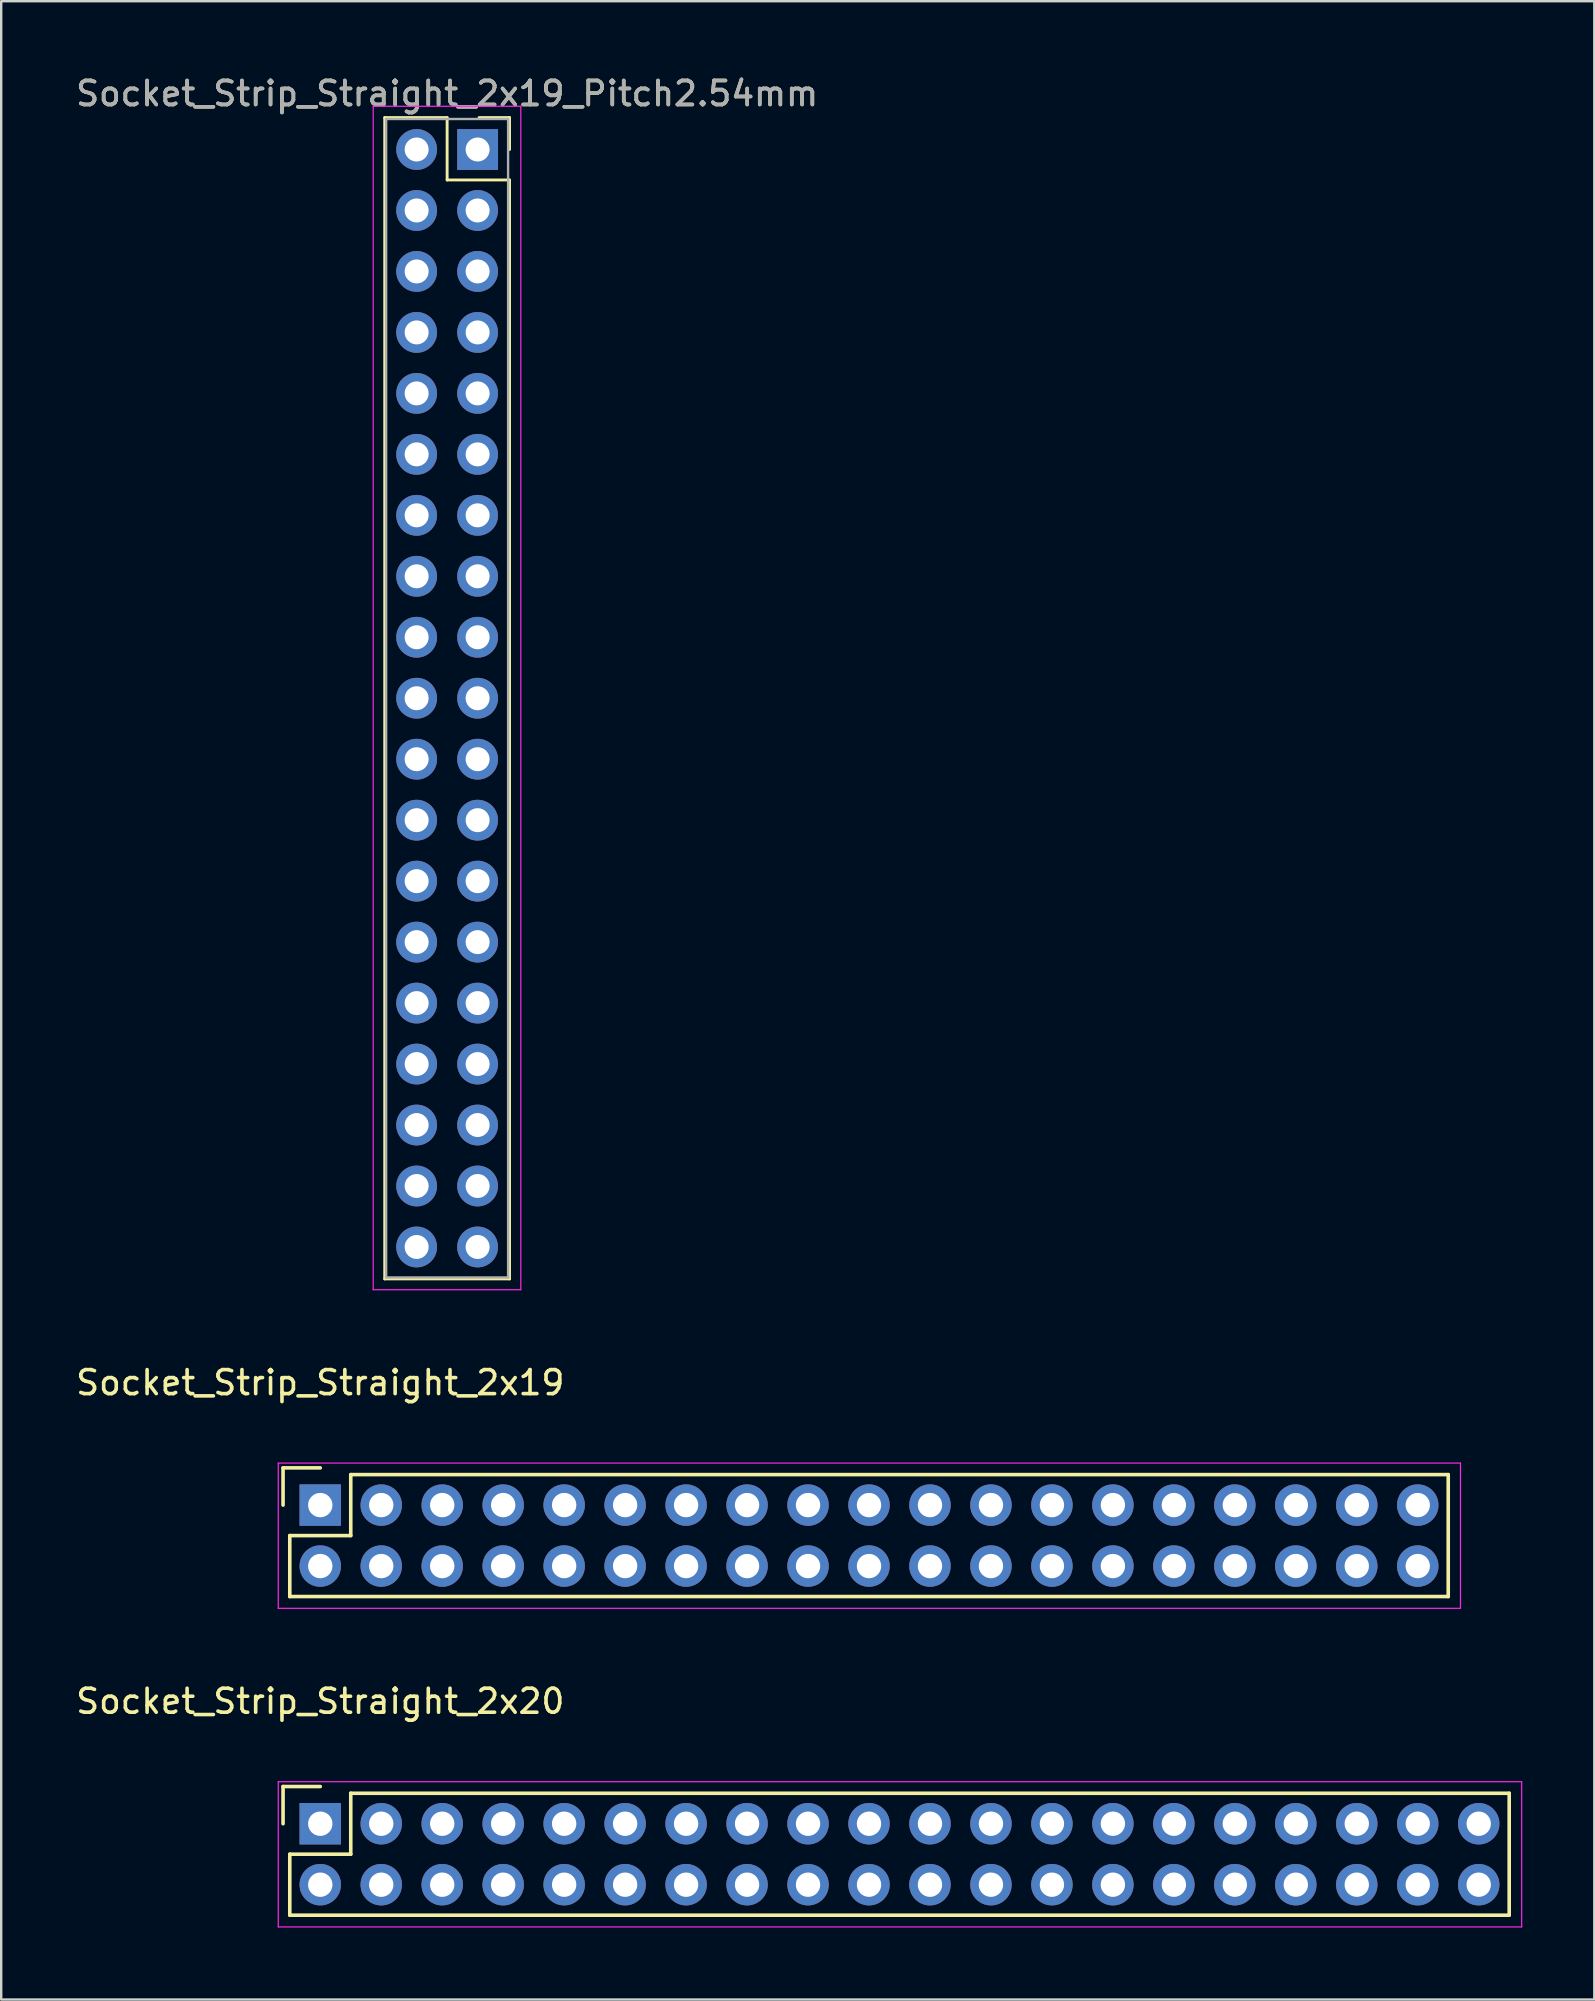
<source format=kicad_pcb>
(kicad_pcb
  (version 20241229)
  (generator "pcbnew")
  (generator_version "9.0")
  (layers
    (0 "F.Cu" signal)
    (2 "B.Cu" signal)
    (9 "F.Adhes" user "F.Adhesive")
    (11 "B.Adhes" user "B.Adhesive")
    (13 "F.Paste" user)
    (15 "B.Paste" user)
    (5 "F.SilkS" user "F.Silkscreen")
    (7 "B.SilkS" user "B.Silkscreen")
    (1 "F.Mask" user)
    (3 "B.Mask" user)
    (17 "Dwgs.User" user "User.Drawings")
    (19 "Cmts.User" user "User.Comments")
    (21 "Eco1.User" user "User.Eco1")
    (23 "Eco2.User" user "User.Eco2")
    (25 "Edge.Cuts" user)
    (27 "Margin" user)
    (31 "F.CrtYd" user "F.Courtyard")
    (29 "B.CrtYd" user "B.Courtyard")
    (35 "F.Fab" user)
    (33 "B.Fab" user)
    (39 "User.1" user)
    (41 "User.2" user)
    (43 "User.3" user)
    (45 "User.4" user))
  (footprint "Socket_Strip_Straight_2x19"
    (layer "F.Cu")
    (at 10.292 59.651)
    (property "Reference" "Socket_Strip_Straight_2x19" (at 0 -5.1 0) (layer "F.SilkS") (effects (font (size 1 1) (thickness 0.15))))
    (attr through_hole)
    (fp_line (start -1.55 -1.55) (end -1.55 0) (stroke (width 0.15) (type solid)) (layer "F.SilkS"))
    (fp_line (start -1.27 1.27) (end 1.27 1.27) (stroke (width 0.15) (type solid)) (layer "F.SilkS"))
    (fp_line (start -1.27 3.81) (end -1.27 1.27) (stroke (width 0.15) (type solid)) (layer "F.SilkS"))
    (fp_line (start -1.27 3.81) (end 46.99 3.81) (stroke (width 0.15) (type solid)) (layer "F.SilkS"))
    (fp_line (start 0 -1.55) (end -1.55 -1.55) (stroke (width 0.15) (type solid)) (layer "F.SilkS"))
    (fp_line (start 1.27 1.27) (end 1.27 -1.27) (stroke (width 0.15) (type solid)) (layer "F.SilkS"))
    (fp_line (start 46.99 -1.27) (end 1.27 -1.27) (stroke (width 0.15) (type solid)) (layer "F.SilkS"))
    (fp_line (start 46.99 3.81) (end 46.99 -1.27) (stroke (width 0.15) (type solid)) (layer "F.SilkS"))
    (fp_line (start -1.75 -1.75) (end -1.75 4.3) (stroke (width 0.05) (type solid)) (layer "F.CrtYd"))
    (fp_line (start -1.75 -1.75) (end 47.5 -1.75) (stroke (width 0.05) (type solid)) (layer "F.CrtYd"))
    (fp_line (start -1.75 4.3) (end 47.5 4.3) (stroke (width 0.05) (type solid)) (layer "F.CrtYd"))
    (fp_line (start 47.5 -1.75) (end 47.5 4.3) (stroke (width 0.05) (type solid)) (layer "F.CrtYd"))
    (pad "1" thru_hole rect (at 0 0) (size 1.727 1.727) (drill 1.016) (layers "*.Cu" "*.Mask"))
    (pad "2" thru_hole oval (at 0 2.54) (size 1.727 1.727) (drill 1.016) (layers "*.Cu" "*.Mask"))
    (pad "3" thru_hole oval (at 2.54 0) (size 1.727 1.727) (drill 1.016) (layers "*.Cu" "*.Mask"))
    (pad "4" thru_hole oval (at 2.54 2.54) (size 1.727 1.727) (drill 1.016) (layers "*.Cu" "*.Mask"))
    (pad "5" thru_hole oval (at 5.08 0) (size 1.727 1.727) (drill 1.016) (layers "*.Cu" "*.Mask"))
    (pad "6" thru_hole oval (at 5.08 2.54) (size 1.727 1.727) (drill 1.016) (layers "*.Cu" "*.Mask"))
    (pad "7" thru_hole oval (at 7.62 0) (size 1.727 1.727) (drill 1.016) (layers "*.Cu" "*.Mask"))
    (pad "8" thru_hole oval (at 7.62 2.54) (size 1.727 1.727) (drill 1.016) (layers "*.Cu" "*.Mask"))
    (pad "9" thru_hole oval (at 10.16 0) (size 1.727 1.727) (drill 1.016) (layers "*.Cu" "*.Mask"))
    (pad "10" thru_hole oval (at 10.16 2.54) (size 1.727 1.727) (drill 1.016) (layers "*.Cu" "*.Mask"))
    (pad "11" thru_hole oval (at 12.7 0) (size 1.727 1.727) (drill 1.016) (layers "*.Cu" "*.Mask"))
    (pad "12" thru_hole oval (at 12.7 2.54) (size 1.727 1.727) (drill 1.016) (layers "*.Cu" "*.Mask"))
    (pad "13" thru_hole oval (at 15.24 0) (size 1.727 1.727) (drill 1.016) (layers "*.Cu" "*.Mask"))
    (pad "14" thru_hole oval (at 15.24 2.54) (size 1.727 1.727) (drill 1.016) (layers "*.Cu" "*.Mask"))
    (pad "15" thru_hole oval (at 17.78 0) (size 1.727 1.727) (drill 1.016) (layers "*.Cu" "*.Mask"))
    (pad "16" thru_hole oval (at 17.78 2.54) (size 1.727 1.727) (drill 1.016) (layers "*.Cu" "*.Mask"))
    (pad "17" thru_hole oval (at 20.32 0) (size 1.727 1.727) (drill 1.016) (layers "*.Cu" "*.Mask"))
    (pad "18" thru_hole oval (at 20.32 2.54) (size 1.727 1.727) (drill 1.016) (layers "*.Cu" "*.Mask"))
    (pad "19" thru_hole oval (at 22.86 0) (size 1.727 1.727) (drill 1.016) (layers "*.Cu" "*.Mask"))
    (pad "20" thru_hole oval (at 22.86 2.54) (size 1.727 1.727) (drill 1.016) (layers "*.Cu" "*.Mask"))
    (pad "21" thru_hole oval (at 25.4 0) (size 1.727 1.727) (drill 1.016) (layers "*.Cu" "*.Mask"))
    (pad "22" thru_hole oval (at 25.4 2.54) (size 1.727 1.727) (drill 1.016) (layers "*.Cu" "*.Mask"))
    (pad "23" thru_hole oval (at 27.94 0) (size 1.727 1.727) (drill 1.016) (layers "*.Cu" "*.Mask"))
    (pad "24" thru_hole oval (at 27.94 2.54) (size 1.727 1.727) (drill 1.016) (layers "*.Cu" "*.Mask"))
    (pad "25" thru_hole oval (at 30.48 0) (size 1.727 1.727) (drill 1.016) (layers "*.Cu" "*.Mask"))
    (pad "26" thru_hole oval (at 30.48 2.54) (size 1.727 1.727) (drill 1.016) (layers "*.Cu" "*.Mask"))
    (pad "27" thru_hole oval (at 33.02 0) (size 1.727 1.727) (drill 1.016) (layers "*.Cu" "*.Mask"))
    (pad "28" thru_hole oval (at 33.02 2.54) (size 1.727 1.727) (drill 1.016) (layers "*.Cu" "*.Mask"))
    (pad "29" thru_hole oval (at 35.56 0) (size 1.727 1.727) (drill 1.016) (layers "*.Cu" "*.Mask"))
    (pad "30" thru_hole oval (at 35.56 2.54) (size 1.727 1.727) (drill 1.016) (layers "*.Cu" "*.Mask"))
    (pad "31" thru_hole oval (at 38.1 0) (size 1.727 1.727) (drill 1.016) (layers "*.Cu" "*.Mask"))
    (pad "32" thru_hole oval (at 38.1 2.54) (size 1.727 1.727) (drill 1.016) (layers "*.Cu" "*.Mask"))
    (pad "33" thru_hole oval (at 40.64 0) (size 1.727 1.727) (drill 1.016) (layers "*.Cu" "*.Mask"))
    (pad "34" thru_hole oval (at 40.64 2.54) (size 1.727 1.727) (drill 1.016) (layers "*.Cu" "*.Mask"))
    (pad "35" thru_hole oval (at 43.18 0) (size 1.727 1.727) (drill 1.016) (layers "*.Cu" "*.Mask"))
    (pad "36" thru_hole oval (at 43.18 2.54) (size 1.727 1.727) (drill 1.016) (layers "*.Cu" "*.Mask"))
    (pad "37" thru_hole oval (at 45.72 0) (size 1.727 1.727) (drill 1.016) (layers "*.Cu" "*.Mask"))
    (pad "38" thru_hole oval (at 45.72 2.54) (size 1.727 1.727) (drill 1.016) (layers "*.Cu" "*.Mask")))
  (footprint "Socket_Strip_Straight_2x19_Pitch2.54mm"
    (layer "F.Cu")
    (at 16.847 3.178)
    (property "Reference" "Socket_Strip_Straight_2x19_Pitch2.54mm" (at -1.27 -2.33 0) (layer "F.SilkS") (effects (font (size 1 1) (thickness 0.15))))
    (attr through_hole)
    (fp_line (start -3.87 -1.33) (end -1.27 -1.33) (stroke (width 0.12) (type solid)) (layer "F.SilkS"))
    (fp_line (start -3.87 47.05) (end -3.87 -1.33) (stroke (width 0.12) (type solid)) (layer "F.SilkS"))
    (fp_line (start -1.27 -1.33) (end -1.27 1.27) (stroke (width 0.12) (type solid)) (layer "F.SilkS"))
    (fp_line (start -1.27 1.27) (end 1.33 1.27) (stroke (width 0.12) (type solid)) (layer "F.SilkS"))
    (fp_line (start 1.33 -1.33) (end 0.06 -1.33) (stroke (width 0.12) (type solid)) (layer "F.SilkS"))
    (fp_line (start 1.33 0) (end 1.33 -1.33) (stroke (width 0.12) (type solid)) (layer "F.SilkS"))
    (fp_line (start 1.33 1.27) (end 1.33 47.05) (stroke (width 0.12) (type solid)) (layer "F.SilkS"))
    (fp_line (start 1.33 47.05) (end -3.87 47.05) (stroke (width 0.12) (type solid)) (layer "F.SilkS"))
    (fp_line (start -4.35 -1.8) (end -4.35 47.5) (stroke (width 0.05) (type solid)) (layer "F.CrtYd"))
    (fp_line (start -4.35 47.5) (end 1.8 47.5) (stroke (width 0.05) (type solid)) (layer "F.CrtYd"))
    (fp_line (start 1.8 -1.8) (end -4.35 -1.8) (stroke (width 0.05) (type solid)) (layer "F.CrtYd"))
    (fp_line (start 1.8 47.5) (end 1.8 -1.8) (stroke (width 0.05) (type solid)) (layer "F.CrtYd"))
    (fp_line (start -3.81 -1.27) (end -3.81 46.99) (stroke (width 0.1) (type solid)) (layer "F.Fab"))
    (fp_line (start -3.81 46.99) (end 1.27 46.99) (stroke (width 0.1) (type solid)) (layer "F.Fab"))
    (fp_line (start 1.27 -1.27) (end -3.81 -1.27) (stroke (width 0.1) (type solid)) (layer "F.Fab"))
    (fp_line (start 1.27 46.99) (end 1.27 -1.27) (stroke (width 0.1) (type solid)) (layer "F.Fab"))
    (fp_text user "${REFERENCE}" (at -1.27 -2.33 0) (layer "F.Fab") (effects (font (size 1 1) (thickness 0.15))))
    (pad "1" thru_hole rect (at 0 0) (size 1.7 1.7) (drill 1) (layers "*.Cu" "*.Mask"))
    (pad "2" thru_hole oval (at -2.54 0) (size 1.7 1.7) (drill 1) (layers "*.Cu" "*.Mask"))
    (pad "3" thru_hole oval (at 0 2.54) (size 1.7 1.7) (drill 1) (layers "*.Cu" "*.Mask"))
    (pad "4" thru_hole oval (at -2.54 2.54) (size 1.7 1.7) (drill 1) (layers "*.Cu" "*.Mask"))
    (pad "5" thru_hole oval (at 0 5.08) (size 1.7 1.7) (drill 1) (layers "*.Cu" "*.Mask"))
    (pad "6" thru_hole oval (at -2.54 5.08) (size 1.7 1.7) (drill 1) (layers "*.Cu" "*.Mask"))
    (pad "7" thru_hole oval (at 0 7.62) (size 1.7 1.7) (drill 1) (layers "*.Cu" "*.Mask"))
    (pad "8" thru_hole oval (at -2.54 7.62) (size 1.7 1.7) (drill 1) (layers "*.Cu" "*.Mask"))
    (pad "9" thru_hole oval (at 0 10.16) (size 1.7 1.7) (drill 1) (layers "*.Cu" "*.Mask"))
    (pad "10" thru_hole oval (at -2.54 10.16) (size 1.7 1.7) (drill 1) (layers "*.Cu" "*.Mask"))
    (pad "11" thru_hole oval (at 0 12.7) (size 1.7 1.7) (drill 1) (layers "*.Cu" "*.Mask"))
    (pad "12" thru_hole oval (at -2.54 12.7) (size 1.7 1.7) (drill 1) (layers "*.Cu" "*.Mask"))
    (pad "13" thru_hole oval (at 0 15.24) (size 1.7 1.7) (drill 1) (layers "*.Cu" "*.Mask"))
    (pad "14" thru_hole oval (at -2.54 15.24) (size 1.7 1.7) (drill 1) (layers "*.Cu" "*.Mask"))
    (pad "15" thru_hole oval (at 0 17.78) (size 1.7 1.7) (drill 1) (layers "*.Cu" "*.Mask"))
    (pad "16" thru_hole oval (at -2.54 17.78) (size 1.7 1.7) (drill 1) (layers "*.Cu" "*.Mask"))
    (pad "17" thru_hole oval (at 0 20.32) (size 1.7 1.7) (drill 1) (layers "*.Cu" "*.Mask"))
    (pad "18" thru_hole oval (at -2.54 20.32) (size 1.7 1.7) (drill 1) (layers "*.Cu" "*.Mask"))
    (pad "19" thru_hole oval (at 0 22.86) (size 1.7 1.7) (drill 1) (layers "*.Cu" "*.Mask"))
    (pad "20" thru_hole oval (at -2.54 22.86) (size 1.7 1.7) (drill 1) (layers "*.Cu" "*.Mask"))
    (pad "21" thru_hole oval (at 0 25.4) (size 1.7 1.7) (drill 1) (layers "*.Cu" "*.Mask"))
    (pad "22" thru_hole oval (at -2.54 25.4) (size 1.7 1.7) (drill 1) (layers "*.Cu" "*.Mask"))
    (pad "23" thru_hole oval (at 0 27.94) (size 1.7 1.7) (drill 1) (layers "*.Cu" "*.Mask"))
    (pad "24" thru_hole oval (at -2.54 27.94) (size 1.7 1.7) (drill 1) (layers "*.Cu" "*.Mask"))
    (pad "25" thru_hole oval (at 0 30.48) (size 1.7 1.7) (drill 1) (layers "*.Cu" "*.Mask"))
    (pad "26" thru_hole oval (at -2.54 30.48) (size 1.7 1.7) (drill 1) (layers "*.Cu" "*.Mask"))
    (pad "27" thru_hole oval (at 0 33.02) (size 1.7 1.7) (drill 1) (layers "*.Cu" "*.Mask"))
    (pad "28" thru_hole oval (at -2.54 33.02) (size 1.7 1.7) (drill 1) (layers "*.Cu" "*.Mask"))
    (pad "29" thru_hole oval (at 0 35.56) (size 1.7 1.7) (drill 1) (layers "*.Cu" "*.Mask"))
    (pad "30" thru_hole oval (at -2.54 35.56) (size 1.7 1.7) (drill 1) (layers "*.Cu" "*.Mask"))
    (pad "31" thru_hole oval (at 0 38.1) (size 1.7 1.7) (drill 1) (layers "*.Cu" "*.Mask"))
    (pad "32" thru_hole oval (at -2.54 38.1) (size 1.7 1.7) (drill 1) (layers "*.Cu" "*.Mask"))
    (pad "33" thru_hole oval (at 0 40.64) (size 1.7 1.7) (drill 1) (layers "*.Cu" "*.Mask"))
    (pad "34" thru_hole oval (at -2.54 40.64) (size 1.7 1.7) (drill 1) (layers "*.Cu" "*.Mask"))
    (pad "35" thru_hole oval (at 0 43.18) (size 1.7 1.7) (drill 1) (layers "*.Cu" "*.Mask"))
    (pad "36" thru_hole oval (at -2.54 43.18) (size 1.7 1.7) (drill 1) (layers "*.Cu" "*.Mask"))
    (pad "37" thru_hole oval (at 0 45.72) (size 1.7 1.7) (drill 1) (layers "*.Cu" "*.Mask"))
    (pad "38" thru_hole oval (at -2.54 45.72) (size 1.7 1.7) (drill 1) (layers "*.Cu" "*.Mask")))
  (footprint "Socket_Strip_Straight_2x20"
    (layer "F.Cu")
    (at 10.292 72.925)
    (property "Reference" "Socket_Strip_Straight_2x20" (at 0 -5.1 0) (layer "F.SilkS") (effects (font (size 1 1) (thickness 0.15))))
    (attr through_hole)
    (fp_line (start -1.55 -1.55) (end -1.55 0) (stroke (width 0.15) (type solid)) (layer "F.SilkS"))
    (fp_line (start -1.27 1.27) (end 1.27 1.27) (stroke (width 0.15) (type solid)) (layer "F.SilkS"))
    (fp_line (start -1.27 3.81) (end -1.27 1.27) (stroke (width 0.15) (type solid)) (layer "F.SilkS"))
    (fp_line (start 0 -1.55) (end -1.55 -1.55) (stroke (width 0.15) (type solid)) (layer "F.SilkS"))
    (fp_line (start 1.27 -1.27) (end 49.53 -1.27) (stroke (width 0.15) (type solid)) (layer "F.SilkS"))
    (fp_line (start 1.27 1.27) (end 1.27 -1.27) (stroke (width 0.15) (type solid)) (layer "F.SilkS"))
    (fp_line (start 49.53 3.81) (end -1.27 3.81) (stroke (width 0.15) (type solid)) (layer "F.SilkS"))
    (fp_line (start 49.53 3.81) (end 49.53 -1.27) (stroke (width 0.15) (type solid)) (layer "F.SilkS"))
    (fp_line (start -1.75 -1.75) (end -1.75 4.3) (stroke (width 0.05) (type solid)) (layer "F.CrtYd"))
    (fp_line (start -1.75 -1.75) (end 50.05 -1.75) (stroke (width 0.05) (type solid)) (layer "F.CrtYd"))
    (fp_line (start -1.75 4.3) (end 50.05 4.3) (stroke (width 0.05) (type solid)) (layer "F.CrtYd"))
    (fp_line (start 50.05 -1.75) (end 50.05 4.3) (stroke (width 0.05) (type solid)) (layer "F.CrtYd"))
    (pad "1" thru_hole rect (at 0 0) (size 1.727 1.727) (drill 1.016) (layers "*.Cu" "*.Mask"))
    (pad "2" thru_hole oval (at 0 2.54) (size 1.727 1.727) (drill 1.016) (layers "*.Cu" "*.Mask"))
    (pad "3" thru_hole oval (at 2.54 0) (size 1.727 1.727) (drill 1.016) (layers "*.Cu" "*.Mask"))
    (pad "4" thru_hole oval (at 2.54 2.54) (size 1.727 1.727) (drill 1.016) (layers "*.Cu" "*.Mask"))
    (pad "5" thru_hole oval (at 5.08 0) (size 1.727 1.727) (drill 1.016) (layers "*.Cu" "*.Mask"))
    (pad "6" thru_hole oval (at 5.08 2.54) (size 1.727 1.727) (drill 1.016) (layers "*.Cu" "*.Mask"))
    (pad "7" thru_hole oval (at 7.62 0) (size 1.727 1.727) (drill 1.016) (layers "*.Cu" "*.Mask"))
    (pad "8" thru_hole oval (at 7.62 2.54) (size 1.727 1.727) (drill 1.016) (layers "*.Cu" "*.Mask"))
    (pad "9" thru_hole oval (at 10.16 0) (size 1.727 1.727) (drill 1.016) (layers "*.Cu" "*.Mask"))
    (pad "10" thru_hole oval (at 10.16 2.54) (size 1.727 1.727) (drill 1.016) (layers "*.Cu" "*.Mask"))
    (pad "11" thru_hole oval (at 12.7 0) (size 1.727 1.727) (drill 1.016) (layers "*.Cu" "*.Mask"))
    (pad "12" thru_hole oval (at 12.7 2.54) (size 1.727 1.727) (drill 1.016) (layers "*.Cu" "*.Mask"))
    (pad "13" thru_hole oval (at 15.24 0) (size 1.727 1.727) (drill 1.016) (layers "*.Cu" "*.Mask"))
    (pad "14" thru_hole oval (at 15.24 2.54) (size 1.727 1.727) (drill 1.016) (layers "*.Cu" "*.Mask"))
    (pad "15" thru_hole oval (at 17.78 0) (size 1.727 1.727) (drill 1.016) (layers "*.Cu" "*.Mask"))
    (pad "16" thru_hole oval (at 17.78 2.54) (size 1.727 1.727) (drill 1.016) (layers "*.Cu" "*.Mask"))
    (pad "17" thru_hole oval (at 20.32 0) (size 1.727 1.727) (drill 1.016) (layers "*.Cu" "*.Mask"))
    (pad "18" thru_hole oval (at 20.32 2.54) (size 1.727 1.727) (drill 1.016) (layers "*.Cu" "*.Mask"))
    (pad "19" thru_hole oval (at 22.86 0) (size 1.727 1.727) (drill 1.016) (layers "*.Cu" "*.Mask"))
    (pad "20" thru_hole oval (at 22.86 2.54) (size 1.727 1.727) (drill 1.016) (layers "*.Cu" "*.Mask"))
    (pad "21" thru_hole oval (at 25.4 0) (size 1.727 1.727) (drill 1.016) (layers "*.Cu" "*.Mask"))
    (pad "22" thru_hole oval (at 25.4 2.54) (size 1.727 1.727) (drill 1.016) (layers "*.Cu" "*.Mask"))
    (pad "23" thru_hole oval (at 27.94 0) (size 1.727 1.727) (drill 1.016) (layers "*.Cu" "*.Mask"))
    (pad "24" thru_hole oval (at 27.94 2.54) (size 1.727 1.727) (drill 1.016) (layers "*.Cu" "*.Mask"))
    (pad "25" thru_hole oval (at 30.48 0) (size 1.727 1.727) (drill 1.016) (layers "*.Cu" "*.Mask"))
    (pad "26" thru_hole oval (at 30.48 2.54) (size 1.727 1.727) (drill 1.016) (layers "*.Cu" "*.Mask"))
    (pad "27" thru_hole oval (at 33.02 0) (size 1.727 1.727) (drill 1.016) (layers "*.Cu" "*.Mask"))
    (pad "28" thru_hole oval (at 33.02 2.54) (size 1.727 1.727) (drill 1.016) (layers "*.Cu" "*.Mask"))
    (pad "29" thru_hole oval (at 35.56 0) (size 1.727 1.727) (drill 1.016) (layers "*.Cu" "*.Mask"))
    (pad "30" thru_hole oval (at 35.56 2.54) (size 1.727 1.727) (drill 1.016) (layers "*.Cu" "*.Mask"))
    (pad "31" thru_hole oval (at 38.1 0) (size 1.727 1.727) (drill 1.016) (layers "*.Cu" "*.Mask"))
    (pad "32" thru_hole oval (at 38.1 2.54) (size 1.727 1.727) (drill 1.016) (layers "*.Cu" "*.Mask"))
    (pad "33" thru_hole oval (at 40.64 0) (size 1.727 1.727) (drill 1.016) (layers "*.Cu" "*.Mask"))
    (pad "34" thru_hole oval (at 40.64 2.54) (size 1.727 1.727) (drill 1.016) (layers "*.Cu" "*.Mask"))
    (pad "35" thru_hole oval (at 43.18 0) (size 1.727 1.727) (drill 1.016) (layers "*.Cu" "*.Mask"))
    (pad "36" thru_hole oval (at 43.18 2.54) (size 1.727 1.727) (drill 1.016) (layers "*.Cu" "*.Mask"))
    (pad "37" thru_hole oval (at 45.72 0) (size 1.727 1.727) (drill 1.016) (layers "*.Cu" "*.Mask"))
    (pad "38" thru_hole oval (at 45.72 2.54) (size 1.727 1.727) (drill 1.016) (layers "*.Cu" "*.Mask"))
    (pad "39" thru_hole oval (at 48.26 0) (size 1.727 1.727) (drill 1.016) (layers "*.Cu" "*.Mask"))
    (pad "40" thru_hole oval (at 48.26 2.54) (size 1.727 1.727) (drill 1.016) (layers "*.Cu" "*.Mask")))
  (gr_rect
    (start -3 -3)
    (end 63.367 80.25)
    (stroke (width 0.1) (type default))
    (fill no)
    (layer "Edge.Cuts")))
</source>
